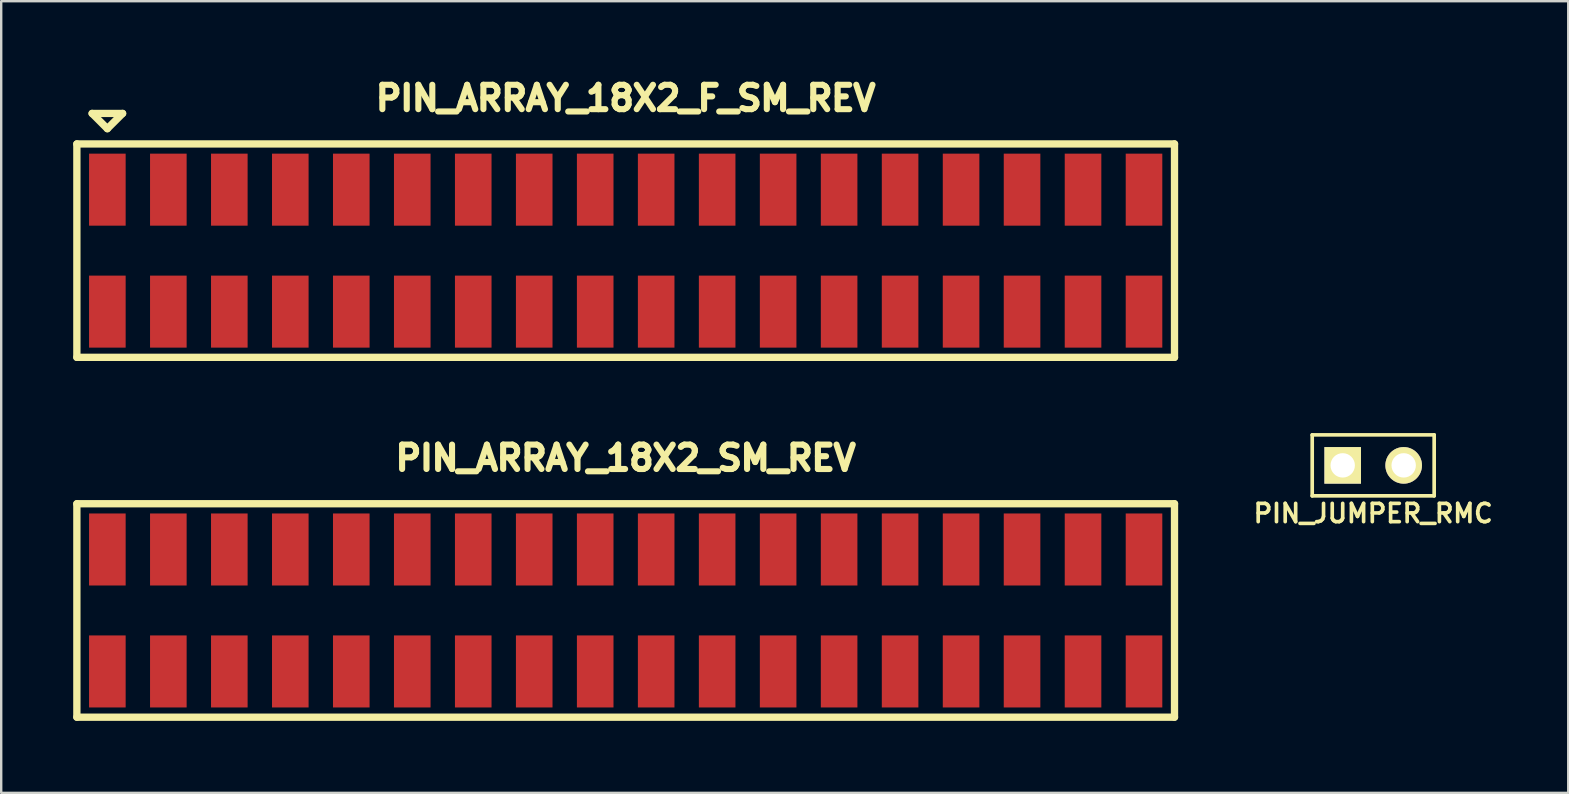
<source format=kicad_pcb>
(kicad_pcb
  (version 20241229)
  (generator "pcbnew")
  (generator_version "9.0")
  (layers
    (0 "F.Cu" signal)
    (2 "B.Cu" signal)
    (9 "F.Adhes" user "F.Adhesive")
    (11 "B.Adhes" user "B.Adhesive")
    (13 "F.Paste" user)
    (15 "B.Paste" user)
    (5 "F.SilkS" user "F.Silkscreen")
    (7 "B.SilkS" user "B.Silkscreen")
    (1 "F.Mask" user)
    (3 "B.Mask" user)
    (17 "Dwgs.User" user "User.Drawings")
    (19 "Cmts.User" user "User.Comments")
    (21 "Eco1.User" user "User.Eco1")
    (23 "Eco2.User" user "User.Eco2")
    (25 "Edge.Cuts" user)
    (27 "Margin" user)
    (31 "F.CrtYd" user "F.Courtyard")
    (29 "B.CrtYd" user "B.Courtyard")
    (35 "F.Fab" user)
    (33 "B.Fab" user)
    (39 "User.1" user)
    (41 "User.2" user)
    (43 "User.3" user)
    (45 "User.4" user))
  (footprint "PIN_ARRAY_18X2_F_SM_REV"
    (layer "F.Cu")
    (at 23.012 7.39)
    (property "Reference" "PIN_ARRAY_18X2_F_SM_REV" (at 0 -6.35 0) (layer "F.SilkS") (effects (font (size 1.016 1.016) (thickness 0.254))))
    (attr through_hole)
    (fp_line (start -22.86 -4.445) (end 22.86 -4.445) (stroke (width 0.305) (type solid)) (layer "F.SilkS"))
    (fp_line (start -22.86 4.445) (end -22.86 -4.445) (stroke (width 0.305) (type solid)) (layer "F.SilkS"))
    (fp_line (start -22.225 -5.715) (end -21.59 -5.08) (stroke (width 0.305) (type solid)) (layer "F.SilkS"))
    (fp_line (start -21.59 -5.08) (end -20.955 -5.715) (stroke (width 0.305) (type solid)) (layer "F.SilkS"))
    (fp_line (start -20.955 -5.715) (end -22.225 -5.715) (stroke (width 0.305) (type solid)) (layer "F.SilkS"))
    (fp_line (start 22.86 -4.445) (end 22.86 4.445) (stroke (width 0.305) (type solid)) (layer "F.SilkS"))
    (fp_line (start 22.86 4.445) (end -22.86 4.445) (stroke (width 0.305) (type solid)) (layer "F.SilkS"))
    (pad "1" smd rect (at -21.59 -2.54) (size 1.524 3) (layers "F.Cu" "F.Mask" "F.Paste"))
    (pad "2" smd rect (at -21.59 2.54) (size 1.524 3) (layers "F.Cu" "F.Mask" "F.Paste"))
    (pad "3" smd rect (at -19.05 -2.54) (size 1.524 3) (layers "F.Cu" "F.Mask" "F.Paste"))
    (pad "4" smd rect (at -19.05 2.54) (size 1.524 3) (layers "F.Cu" "F.Mask" "F.Paste"))
    (pad "5" smd rect (at -16.51 -2.54) (size 1.524 3) (layers "F.Cu" "F.Mask" "F.Paste"))
    (pad "6" smd rect (at -16.51 2.54) (size 1.524 3) (layers "F.Cu" "F.Mask" "F.Paste"))
    (pad "7" smd rect (at -13.97 -2.54) (size 1.524 3) (layers "F.Cu" "F.Mask" "F.Paste"))
    (pad "8" smd rect (at -13.97 2.54) (size 1.524 3) (layers "F.Cu" "F.Mask" "F.Paste"))
    (pad "9" smd rect (at -11.43 -2.54) (size 1.524 3) (layers "F.Cu" "F.Mask" "F.Paste"))
    (pad "10" smd rect (at -11.43 2.54) (size 1.524 3) (layers "F.Cu" "F.Mask" "F.Paste"))
    (pad "11" smd rect (at -8.89 -2.54) (size 1.524 3) (layers "F.Cu" "F.Mask" "F.Paste"))
    (pad "12" smd rect (at -8.89 2.54) (size 1.524 3) (layers "F.Cu" "F.Mask" "F.Paste"))
    (pad "13" smd rect (at -6.35 -2.54) (size 1.524 3) (layers "F.Cu" "F.Mask" "F.Paste"))
    (pad "14" smd rect (at -6.35 2.54) (size 1.524 3) (layers "F.Cu" "F.Mask" "F.Paste"))
    (pad "15" smd rect (at -3.81 -2.54) (size 1.524 3) (layers "F.Cu" "F.Mask" "F.Paste"))
    (pad "16" smd rect (at -3.81 2.54) (size 1.524 3) (layers "F.Cu" "F.Mask" "F.Paste"))
    (pad "17" smd rect (at -1.27 -2.54) (size 1.524 3) (layers "F.Cu" "F.Mask" "F.Paste"))
    (pad "18" smd rect (at -1.27 2.54) (size 1.524 3) (layers "F.Cu" "F.Mask" "F.Paste"))
    (pad "19" smd rect (at 1.27 -2.54) (size 1.524 3) (layers "F.Cu" "F.Mask" "F.Paste"))
    (pad "20" smd rect (at 1.27 2.54) (size 1.524 3) (layers "F.Cu" "F.Mask" "F.Paste"))
    (pad "21" smd rect (at 3.81 -2.54) (size 1.524 3) (layers "F.Cu" "F.Mask" "F.Paste"))
    (pad "22" smd rect (at 3.81 2.54) (size 1.524 3) (layers "F.Cu" "F.Mask" "F.Paste"))
    (pad "23" smd rect (at 6.35 -2.54) (size 1.524 3) (layers "F.Cu" "F.Mask" "F.Paste"))
    (pad "24" smd rect (at 6.35 2.54) (size 1.524 3) (layers "F.Cu" "F.Mask" "F.Paste"))
    (pad "25" smd rect (at 8.89 -2.54) (size 1.524 3) (layers "F.Cu" "F.Mask" "F.Paste"))
    (pad "26" smd rect (at 8.89 2.54) (size 1.524 3) (layers "F.Cu" "F.Mask" "F.Paste"))
    (pad "27" smd rect (at 11.43 -2.54) (size 1.524 3) (layers "F.Cu" "F.Mask" "F.Paste"))
    (pad "28" smd rect (at 11.43 2.54) (size 1.524 3) (layers "F.Cu" "F.Mask" "F.Paste"))
    (pad "29" smd rect (at 13.97 -2.54) (size 1.524 3) (layers "F.Cu" "F.Mask" "F.Paste"))
    (pad "30" smd rect (at 13.97 2.54) (size 1.524 3) (layers "F.Cu" "F.Mask" "F.Paste"))
    (pad "31" smd rect (at 16.51 -2.54) (size 1.524 3) (layers "F.Cu" "F.Mask" "F.Paste"))
    (pad "32" smd rect (at 16.51 2.54) (size 1.524 3) (layers "F.Cu" "F.Mask" "F.Paste"))
    (pad "33" smd rect (at 19.05 -2.54) (size 1.524 3) (layers "F.Cu" "F.Mask" "F.Paste"))
    (pad "34" smd rect (at 19.05 2.54) (size 1.524 3) (layers "F.Cu" "F.Mask" "F.Paste"))
    (pad "35" smd rect (at 21.59 -2.54) (size 1.524 3) (layers "F.Cu" "F.Mask" "F.Paste"))
    (pad "36" smd rect (at 21.59 2.54) (size 1.524 3) (layers "F.Cu" "F.Mask" "F.Paste")))
  (footprint "PIN_ARRAY_18X2_SM_REV"
    (layer "F.Cu")
    (at 23.012 22.378)
    (property "Reference" "PIN_ARRAY_18X2_SM_REV" (at 0 -6.35 0) (layer "F.SilkS") (effects (font (size 1.016 1.016) (thickness 0.254))))
    (attr through_hole)
    (fp_line (start -22.86 -4.445) (end 22.86 -4.445) (stroke (width 0.305) (type solid)) (layer "F.SilkS"))
    (fp_line (start -22.86 4.445) (end -22.86 -4.445) (stroke (width 0.305) (type solid)) (layer "F.SilkS"))
    (fp_line (start 22.86 -4.445) (end 22.86 4.445) (stroke (width 0.305) (type solid)) (layer "F.SilkS"))
    (fp_line (start 22.86 4.445) (end -22.86 4.445) (stroke (width 0.305) (type solid)) (layer "F.SilkS"))
    (pad "1" smd rect (at -21.59 -2.54) (size 1.524 3) (layers "F.Cu" "F.Mask" "F.Paste"))
    (pad "2" smd rect (at -21.59 2.54) (size 1.524 3) (layers "F.Cu" "F.Mask" "F.Paste"))
    (pad "3" smd rect (at -19.05 -2.54) (size 1.524 3) (layers "F.Cu" "F.Mask" "F.Paste"))
    (pad "4" smd rect (at -19.05 2.54) (size 1.524 3) (layers "F.Cu" "F.Mask" "F.Paste"))
    (pad "5" smd rect (at -16.51 -2.54) (size 1.524 3) (layers "F.Cu" "F.Mask" "F.Paste"))
    (pad "6" smd rect (at -16.51 2.54) (size 1.524 3) (layers "F.Cu" "F.Mask" "F.Paste"))
    (pad "7" smd rect (at -13.97 -2.54) (size 1.524 3) (layers "F.Cu" "F.Mask" "F.Paste"))
    (pad "8" smd rect (at -13.97 2.54) (size 1.524 3) (layers "F.Cu" "F.Mask" "F.Paste"))
    (pad "9" smd rect (at -11.43 -2.54) (size 1.524 3) (layers "F.Cu" "F.Mask" "F.Paste"))
    (pad "10" smd rect (at -11.43 2.54) (size 1.524 3) (layers "F.Cu" "F.Mask" "F.Paste"))
    (pad "11" smd rect (at -8.89 -2.54) (size 1.524 3) (layers "F.Cu" "F.Mask" "F.Paste"))
    (pad "12" smd rect (at -8.89 2.54) (size 1.524 3) (layers "F.Cu" "F.Mask" "F.Paste"))
    (pad "13" smd rect (at -6.35 -2.54) (size 1.524 3) (layers "F.Cu" "F.Mask" "F.Paste"))
    (pad "14" smd rect (at -6.35 2.54) (size 1.524 3) (layers "F.Cu" "F.Mask" "F.Paste"))
    (pad "15" smd rect (at -3.81 -2.54) (size 1.524 3) (layers "F.Cu" "F.Mask" "F.Paste"))
    (pad "16" smd rect (at -3.81 2.54) (size 1.524 3) (layers "F.Cu" "F.Mask" "F.Paste"))
    (pad "17" smd rect (at -1.27 -2.54) (size 1.524 3) (layers "F.Cu" "F.Mask" "F.Paste"))
    (pad "18" smd rect (at -1.27 2.54) (size 1.524 3) (layers "F.Cu" "F.Mask" "F.Paste"))
    (pad "19" smd rect (at 1.27 -2.54) (size 1.524 3) (layers "F.Cu" "F.Mask" "F.Paste"))
    (pad "20" smd rect (at 1.27 2.54) (size 1.524 3) (layers "F.Cu" "F.Mask" "F.Paste"))
    (pad "21" smd rect (at 3.81 -2.54) (size 1.524 3) (layers "F.Cu" "F.Mask" "F.Paste"))
    (pad "22" smd rect (at 3.81 2.54) (size 1.524 3) (layers "F.Cu" "F.Mask" "F.Paste"))
    (pad "23" smd rect (at 6.35 -2.54) (size 1.524 3) (layers "F.Cu" "F.Mask" "F.Paste"))
    (pad "24" smd rect (at 6.35 2.54) (size 1.524 3) (layers "F.Cu" "F.Mask" "F.Paste"))
    (pad "25" smd rect (at 8.89 -2.54) (size 1.524 3) (layers "F.Cu" "F.Mask" "F.Paste"))
    (pad "26" smd rect (at 8.89 2.54) (size 1.524 3) (layers "F.Cu" "F.Mask" "F.Paste"))
    (pad "27" smd rect (at 11.43 -2.54) (size 1.524 3) (layers "F.Cu" "F.Mask" "F.Paste"))
    (pad "28" smd rect (at 11.43 2.54) (size 1.524 3) (layers "F.Cu" "F.Mask" "F.Paste"))
    (pad "29" smd rect (at 13.97 -2.54) (size 1.524 3) (layers "F.Cu" "F.Mask" "F.Paste"))
    (pad "30" smd rect (at 13.97 2.54) (size 1.524 3) (layers "F.Cu" "F.Mask" "F.Paste"))
    (pad "31" smd rect (at 16.51 -2.54) (size 1.524 3) (layers "F.Cu" "F.Mask" "F.Paste"))
    (pad "32" smd rect (at 16.51 2.54) (size 1.524 3) (layers "F.Cu" "F.Mask" "F.Paste"))
    (pad "33" smd rect (at 19.05 -2.54) (size 1.524 3) (layers "F.Cu" "F.Mask" "F.Paste"))
    (pad "34" smd rect (at 19.05 2.54) (size 1.524 3) (layers "F.Cu" "F.Mask" "F.Paste"))
    (pad "35" smd rect (at 21.59 -2.54) (size 1.524 3) (layers "F.Cu" "F.Mask" "F.Paste"))
    (pad "36" smd rect (at 21.59 2.54) (size 1.524 3) (layers "F.Cu" "F.Mask" "F.Paste")))
  (footprint "PIN_JUMPER_RMC"
    (layer "F.Cu")
    (at 54.148 16.334)
    (property "Reference" "PIN_JUMPER_RMC" (at 0 2 0) (layer "F.SilkS") (effects (font (size 0.762 0.762) (thickness 0.152))))
    (attr through_hole)
    (fp_line (start -2.54 -1.27) (end 2.54 -1.27) (stroke (width 0.152) (type solid)) (layer "F.SilkS"))
    (fp_line (start -2.54 1.27) (end -2.54 -1.27) (stroke (width 0.152) (type solid)) (layer "F.SilkS"))
    (fp_line (start 2.54 -1.27) (end 2.54 1.27) (stroke (width 0.152) (type solid)) (layer "F.SilkS"))
    (fp_line (start 2.54 1.27) (end -2.54 1.27) (stroke (width 0.152) (type solid)) (layer "F.SilkS"))
    (pad "1" thru_hole rect (at -1.27 0) (size 1.524 1.524) (drill 1.016) (layers "*.Cu" "*.Mask" "F.SilkS"))
    (pad "2" thru_hole circle (at 1.27 0) (size 1.524 1.524) (drill 1.016) (layers "*.Cu" "*.Mask" "F.SilkS")))
  (gr_rect
    (start -3 -3)
    (end 62.272 29.975)
    (stroke (width 0.1) (type default))
    (fill no)
    (layer "Edge.Cuts")))
</source>
